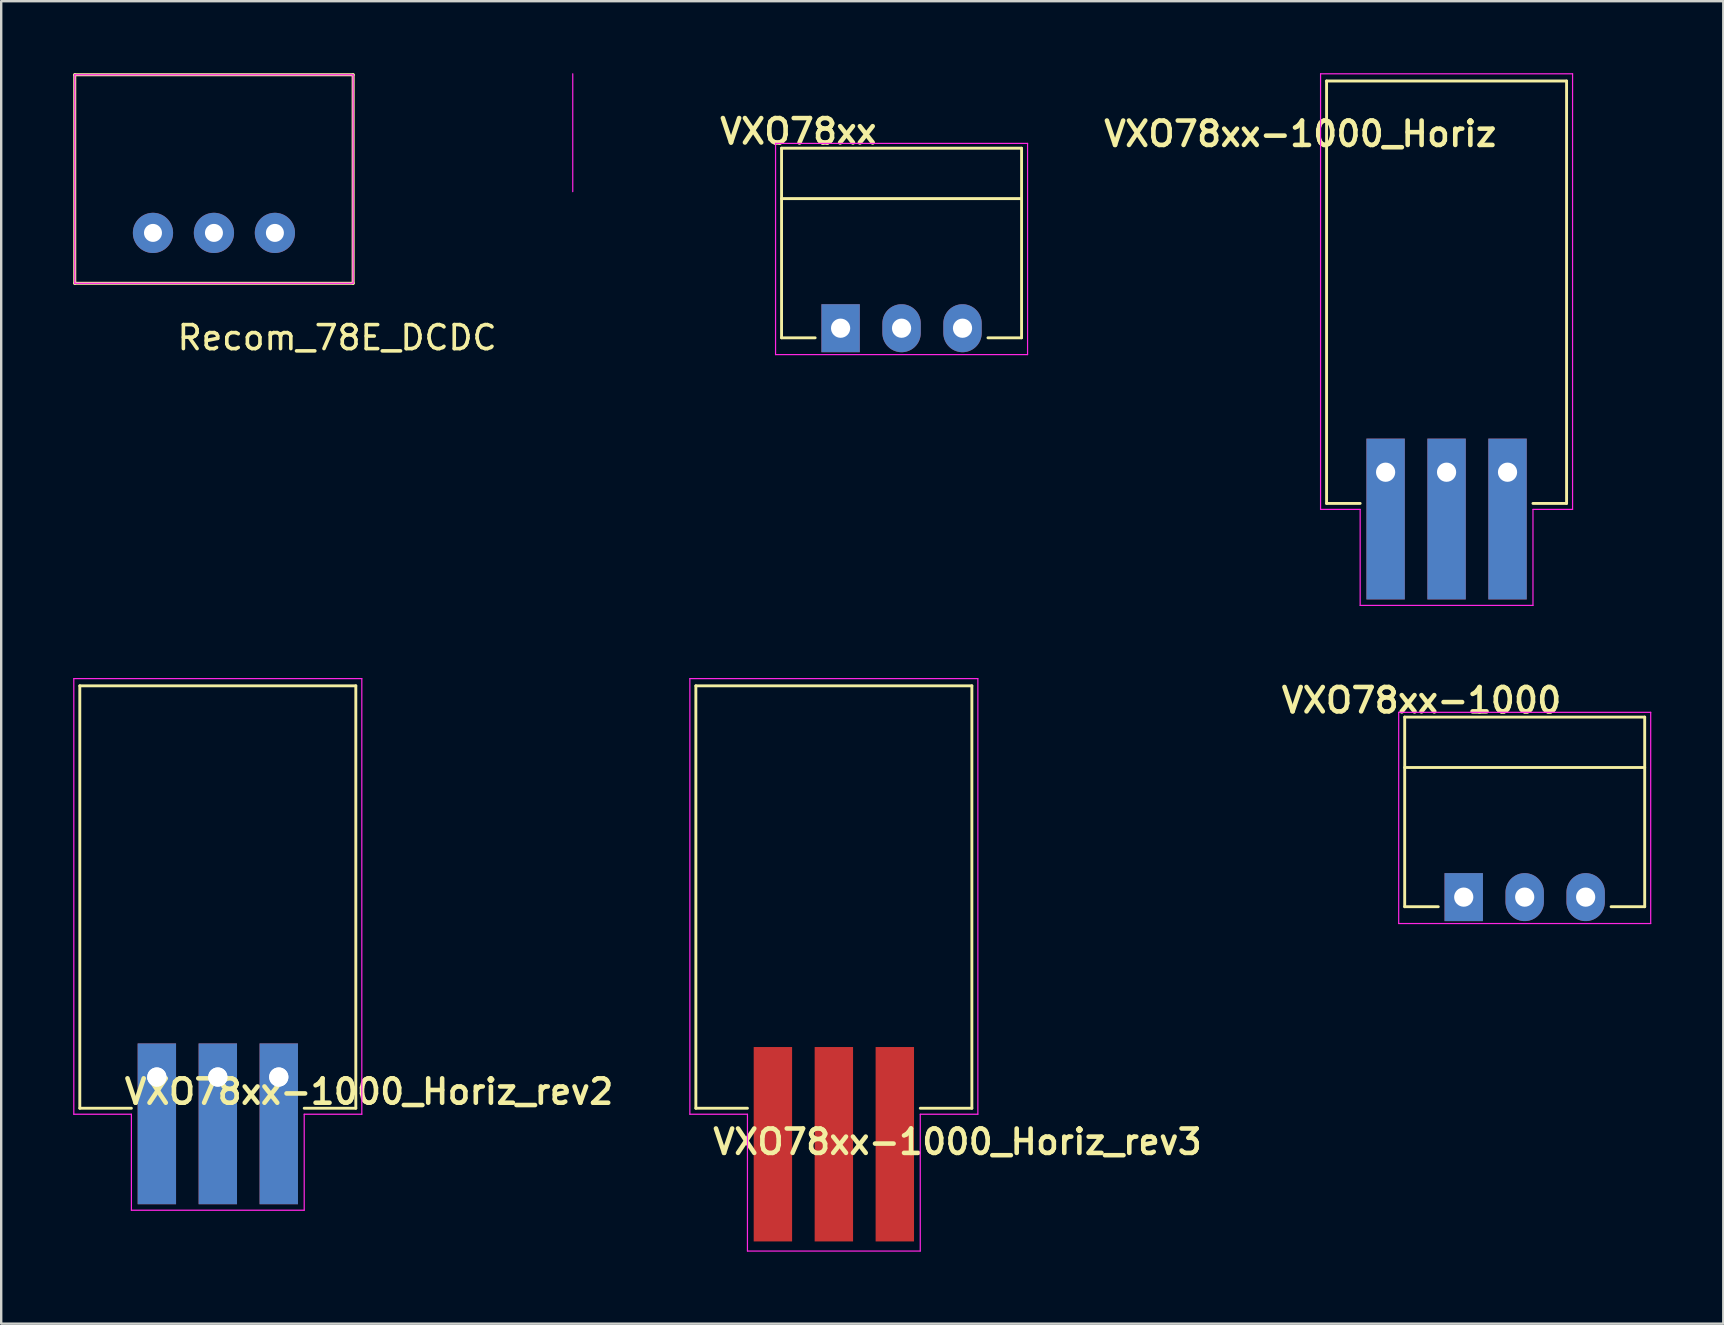
<source format=kicad_pcb>
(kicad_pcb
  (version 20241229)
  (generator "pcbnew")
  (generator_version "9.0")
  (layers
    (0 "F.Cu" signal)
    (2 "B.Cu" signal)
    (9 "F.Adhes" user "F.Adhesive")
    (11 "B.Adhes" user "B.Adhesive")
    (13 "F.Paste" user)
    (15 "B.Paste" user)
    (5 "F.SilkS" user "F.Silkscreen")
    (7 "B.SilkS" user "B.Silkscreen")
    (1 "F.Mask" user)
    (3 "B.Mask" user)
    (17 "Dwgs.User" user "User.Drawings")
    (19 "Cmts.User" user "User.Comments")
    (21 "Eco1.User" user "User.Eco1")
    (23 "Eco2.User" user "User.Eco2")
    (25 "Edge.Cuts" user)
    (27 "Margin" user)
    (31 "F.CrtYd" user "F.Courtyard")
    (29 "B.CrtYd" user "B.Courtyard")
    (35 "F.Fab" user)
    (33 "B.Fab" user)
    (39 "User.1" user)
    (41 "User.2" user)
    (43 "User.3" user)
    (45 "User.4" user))
  (footprint "VXO78xx-1000"
    (layer "F.Cu")
    (at 60.477 34.329)
    (property "Reference" "VXO78xx-1000" (at -4.3 -8.2 0) (layer "F.SilkS") (effects (font (size 1.016 1.016) (thickness 0.191))))
    (attr through_hole)
    (fp_line (start -5 -7.5) (end -5 0.4) (stroke (width 0.12) (type solid)) (layer "F.SilkS"))
    (fp_line (start -5 -7.5) (end 5 -7.5) (stroke (width 0.12) (type solid)) (layer "F.SilkS"))
    (fp_line (start -5 -5.4) (end 5 -5.4) (stroke (width 0.12) (type solid)) (layer "F.SilkS"))
    (fp_line (start -3.6 0.4) (end -5 0.4) (stroke (width 0.12) (type solid)) (layer "F.SilkS"))
    (fp_line (start 5 -7.5) (end 5 0.4) (stroke (width 0.12) (type solid)) (layer "F.SilkS"))
    (fp_line (start 5 0.4) (end 3.6 0.4) (stroke (width 0.12) (type solid)) (layer "F.SilkS"))
    (fp_line (start -5.25 1.1) (end -5.25 -7.7) (stroke (width 0.05) (type solid)) (layer "F.CrtYd"))
    (fp_line (start -5.25 1.1) (end 5.25 1.1) (stroke (width 0.05) (type solid)) (layer "F.CrtYd"))
    (fp_line (start 5.25 -7.7) (end -5.25 -7.7) (stroke (width 0.05) (type solid)) (layer "F.CrtYd"))
    (fp_line (start 5.25 1.1) (end 5.25 -7.7) (stroke (width 0.05) (type solid)) (layer "F.CrtYd"))
    (pad "1" thru_hole oval (at 2.54 0) (size 1.6 2) (drill 0.8) (layers "*.Cu" "*.Mask"))
    (pad "2" thru_hole oval (at 0 0) (size 1.6 2) (drill 0.8) (layers "*.Cu" "*.Mask"))
    (pad "3" thru_hole rect (at -2.54 0) (size 1.6 2) (drill 0.8) (layers "*.Cu" "*.Mask")))
  (footprint "VXO78xx-1000_Horiz_rev3"
    (layer "F.Cu")
    (at 31.693 41.825)
    (property "Reference" "VXO78xx-1000_Horiz_rev3" (at 5.15 2.7 0) (layer "F.SilkS") (effects (font (size 1.016 1.016) (thickness 0.191))))
    (attr through_hole)
    (fp_line (start -5.75 -16.3) (end -5.75 1.3) (stroke (width 0.12) (type solid)) (layer "F.SilkS"))
    (fp_line (start -5.75 -16.3) (end 5.75 -16.3) (stroke (width 0.12) (type solid)) (layer "F.SilkS"))
    (fp_line (start -3.6 1.3) (end -5.75 1.3) (stroke (width 0.12) (type solid)) (layer "F.SilkS"))
    (fp_line (start 5.75 -16.3) (end 5.75 1.3) (stroke (width 0.12) (type solid)) (layer "F.SilkS"))
    (fp_line (start 5.75 1.3) (end 3.6 1.3) (stroke (width 0.12) (type solid)) (layer "F.SilkS"))
    (fp_line (start -6 1.55) (end -6 -16.6) (stroke (width 0.05) (type solid)) (layer "F.CrtYd"))
    (fp_line (start -6 1.55) (end -3.6 1.55) (stroke (width 0.05) (type solid)) (layer "F.CrtYd"))
    (fp_line (start -3.6 1.55) (end -3.6 7.25) (stroke (width 0.05) (type solid)) (layer "F.CrtYd"))
    (fp_line (start -3.6 7.25) (end 3.6 7.25) (stroke (width 0.05) (type solid)) (layer "F.CrtYd"))
    (fp_line (start 3.6 1.55) (end 6 1.55) (stroke (width 0.05) (type solid)) (layer "F.CrtYd"))
    (fp_line (start 3.6 7.25) (end 3.6 1.55) (stroke (width 0.05) (type solid)) (layer "F.CrtYd"))
    (fp_line (start 6 -16.6) (end -6 -16.6) (stroke (width 0.05) (type solid)) (layer "F.CrtYd"))
    (fp_line (start 6 1.55) (end 6 -16.6) (stroke (width 0.05) (type solid)) (layer "F.CrtYd"))
    (pad "1" smd rect (at -2.54 0.85) (size 1.6 8.1) (drill (offset 0 1.95)) (layers "F.Cu" "F.Mask" "F.Paste"))
    (pad "2" smd rect (at 0 0.85) (size 1.6 8.1) (drill (offset 0 1.95)) (layers "F.Cu" "F.Mask" "F.Paste"))
    (pad "3" smd rect (at 2.54 0.85) (size 1.6 8.1) (drill (offset 0 1.95)) (layers "F.Cu" "F.Mask" "F.Paste")))
  (footprint "Recom_78E_DCDC"
    (layer "F.Cu")
    (at 5.864 6.654)
    (property "Reference" "Recom_78E_DCDC" (at -1.61 4.95 0) (layer "F.SilkS") (effects (font (size 1 1) (thickness 0.15)) (justify left bottom)))
    (attr through_hole)
    (fp_line (start -5.8 -6.59) (end -5.8 2.1) (stroke (width 0.127) (type solid)) (layer "F.SilkS"))
    (fp_line (start -5.8 2.1) (end 5.8 2.1) (stroke (width 0.127) (type solid)) (layer "F.SilkS"))
    (fp_line (start 5.8 -6.59) (end -5.8 -6.59) (stroke (width 0.127) (type solid)) (layer "F.SilkS"))
    (fp_line (start 5.8 2.1) (end 5.8 -6.59) (stroke (width 0.127) (type solid)) (layer "F.SilkS"))
    (fp_line (start -5.8 -6.59) (end -5.8 2.1) (stroke (width 0.05) (type solid)) (layer "F.CrtYd"))
    (fp_line (start -5.8 2.1) (end 5.79 2.1) (stroke (width 0.05) (type solid)) (layer "F.CrtYd"))
    (fp_line (start 5.79 -6.59) (end -5.81 -6.59) (stroke (width 0.05) (type solid)) (layer "F.CrtYd"))
    (fp_line (start 5.8 2.1) (end 5.8 -6.59) (stroke (width 0.05) (type solid)) (layer "F.CrtYd"))
    (pad "1" thru_hole circle (at -2.54 0) (size 1.676 1.676) (drill 0.75) (layers "*.Cu" "*.Mask"))
    (pad "2" thru_hole circle (at 0 0) (size 1.676 1.676) (drill 0.75) (layers "*.Cu" "*.Mask"))
    (pad "3" thru_hole circle (at 2.54 0) (size 1.676 1.676) (drill 0.75) (layers "*.Cu" "*.Mask")))
  (footprint "VXO78xx"
    (layer "F.Cu")
    (at 34.514 10.625)
    (property "Reference" "VXO78xx" (at -4.3 -8.2 0) (layer "F.SilkS") (effects (font (size 1.016 1.016) (thickness 0.191))))
    (attr through_hole)
    (fp_line (start -5 -7.5) (end -5 0.4) (stroke (width 0.12) (type solid)) (layer "F.SilkS"))
    (fp_line (start -5 -7.5) (end 5 -7.5) (stroke (width 0.12) (type solid)) (layer "F.SilkS"))
    (fp_line (start -5 -5.4) (end 5 -5.4) (stroke (width 0.12) (type solid)) (layer "F.SilkS"))
    (fp_line (start -3.6 0.4) (end -5 0.4) (stroke (width 0.12) (type solid)) (layer "F.SilkS"))
    (fp_line (start 5 -7.5) (end 5 0.4) (stroke (width 0.12) (type solid)) (layer "F.SilkS"))
    (fp_line (start 5 0.4) (end 3.6 0.4) (stroke (width 0.12) (type solid)) (layer "F.SilkS"))
    (fp_line (start -13.7 -10.6) (end -13.7 -5.69) (stroke (width 0.05) (type solid)) (layer "F.CrtYd"))
    (fp_line (start -5.25 1.1) (end -5.25 -7.7) (stroke (width 0.05) (type solid)) (layer "F.CrtYd"))
    (fp_line (start -5.25 1.1) (end 5.25 1.1) (stroke (width 0.05) (type solid)) (layer "F.CrtYd"))
    (fp_line (start 5.25 -7.7) (end -5.25 -7.7) (stroke (width 0.05) (type solid)) (layer "F.CrtYd"))
    (fp_line (start 5.25 1.1) (end 5.25 -7.7) (stroke (width 0.05) (type solid)) (layer "F.CrtYd"))
    (pad "1" thru_hole rect (at -2.54 0) (size 1.6 2) (drill 0.8) (layers "*.Cu" "*.Mask"))
    (pad "2" thru_hole oval (at 0 0) (size 1.6 2) (drill 0.8) (layers "*.Cu" "*.Mask"))
    (pad "3" thru_hole oval (at 2.54 0) (size 1.6 2) (drill 0.8) (layers "*.Cu" "*.Mask")))
  (footprint "VXO78xx-1000_Horiz"
    (layer "F.Cu")
    (at 57.222 16.625)
    (property "Reference" "VXO78xx-1000_Horiz" (at -6.096 -14.097 0) (layer "F.SilkS") (effects (font (size 1.016 1.016) (thickness 0.191))))
    (attr through_hole)
    (fp_line (start -5 -16.3) (end -5 1.3) (stroke (width 0.12) (type solid)) (layer "F.SilkS"))
    (fp_line (start -5 -16.3) (end 5 -16.3) (stroke (width 0.12) (type solid)) (layer "F.SilkS"))
    (fp_line (start -3.6 1.3) (end -5 1.3) (stroke (width 0.12) (type solid)) (layer "F.SilkS"))
    (fp_line (start 5 -16.3) (end 5 1.3) (stroke (width 0.12) (type solid)) (layer "F.SilkS"))
    (fp_line (start 5 1.3) (end 3.6 1.3) (stroke (width 0.12) (type solid)) (layer "F.SilkS"))
    (fp_line (start -5.25 1.55) (end -5.25 -16.6) (stroke (width 0.05) (type solid)) (layer "F.CrtYd"))
    (fp_line (start -5.25 1.55) (end -3.6 1.55) (stroke (width 0.05) (type solid)) (layer "F.CrtYd"))
    (fp_line (start -3.6 1.55) (end -3.6 5.55) (stroke (width 0.05) (type solid)) (layer "F.CrtYd"))
    (fp_line (start -3.6 5.55) (end 3.6 5.55) (stroke (width 0.05) (type solid)) (layer "F.CrtYd"))
    (fp_line (start 3.6 1.55) (end 5.25 1.55) (stroke (width 0.05) (type solid)) (layer "F.CrtYd"))
    (fp_line (start 3.6 5.55) (end 3.6 1.55) (stroke (width 0.05) (type solid)) (layer "F.CrtYd"))
    (fp_line (start 5.25 -16.6) (end -5.25 -16.6) (stroke (width 0.05) (type solid)) (layer "F.CrtYd"))
    (fp_line (start 5.25 1.55) (end 5.25 -16.6) (stroke (width 0.05) (type solid)) (layer "F.CrtYd"))
    (pad "1" thru_hole rect (at -2.54 0) (size 1.6 6.7) (drill 0.8 (offset 0 1.95)) (layers "*.Cu" "*.Mask"))
    (pad "2" thru_hole rect (at 0 0) (size 1.6 6.7) (drill 0.8 (offset 0 1.95)) (layers "*.Cu" "*.Mask"))
    (pad "3" thru_hole rect (at 2.54 0) (size 1.6 6.7) (drill 0.8 (offset 0 1.95)) (layers "*.Cu" "*.Mask")))
  (footprint "VXO78xx-1000_Horiz_rev2"
    (layer "F.Cu")
    (at 6.025 41.825)
    (property "Reference" "VXO78xx-1000_Horiz_rev2" (at 6.299 0.61 0) (layer "F.SilkS") (effects (font (size 1.016 1.016) (thickness 0.191))))
    (attr through_hole)
    (fp_line (start -5.75 -16.3) (end -5.75 1.3) (stroke (width 0.12) (type solid)) (layer "F.SilkS"))
    (fp_line (start -5.75 -16.3) (end 5.75 -16.3) (stroke (width 0.12) (type solid)) (layer "F.SilkS"))
    (fp_line (start -3.6 1.3) (end -5.75 1.3) (stroke (width 0.12) (type solid)) (layer "F.SilkS"))
    (fp_line (start 5.75 -16.3) (end 5.75 1.3) (stroke (width 0.12) (type solid)) (layer "F.SilkS"))
    (fp_line (start 5.75 1.3) (end 3.6 1.3) (stroke (width 0.12) (type solid)) (layer "F.SilkS"))
    (fp_line (start -6 1.55) (end -6 -16.6) (stroke (width 0.05) (type solid)) (layer "F.CrtYd"))
    (fp_line (start -6 1.55) (end -3.6 1.55) (stroke (width 0.05) (type solid)) (layer "F.CrtYd"))
    (fp_line (start -3.6 1.55) (end -3.6 5.55) (stroke (width 0.05) (type solid)) (layer "F.CrtYd"))
    (fp_line (start -3.6 5.55) (end 3.6 5.55) (stroke (width 0.05) (type solid)) (layer "F.CrtYd"))
    (fp_line (start 3.6 1.55) (end 6 1.55) (stroke (width 0.05) (type solid)) (layer "F.CrtYd"))
    (fp_line (start 3.6 5.55) (end 3.6 1.55) (stroke (width 0.05) (type solid)) (layer "F.CrtYd"))
    (fp_line (start 6 -16.6) (end -6 -16.6) (stroke (width 0.05) (type solid)) (layer "F.CrtYd"))
    (fp_line (start 6 1.55) (end 6 -16.6) (stroke (width 0.05) (type solid)) (layer "F.CrtYd"))
    (pad "1" thru_hole oval (at -2.54 0) (size 1.27 2.032) (drill 0.8) (layers "*.Cu" "B.Mask"))
    (pad "1" thru_hole rect (at -2.54 0) (size 1.6 6.7) (drill 0.8 (offset 0 1.95)) (layers "F.Cu" "F.Mask"))
    (pad "2" thru_hole oval (at 0 0) (size 1.27 2.032) (drill 0.8) (layers "*.Cu" "B.Mask"))
    (pad "2" thru_hole rect (at 0 0) (size 1.6 6.7) (drill 0.8 (offset 0 1.95)) (layers "F.Cu" "F.Mask"))
    (pad "3" thru_hole oval (at 2.54 0) (size 1.27 2.032) (drill 0.8) (layers "*.Cu" "B.Mask"))
    (pad "3" thru_hole rect (at 2.54 0) (size 1.6 6.7) (drill 0.8 (offset 0 1.95)) (layers "F.Cu" "F.Mask")))
  (gr_rect
    (start -3 -3)
    (end 68.752 52.1)
    (stroke (width 0.1) (type default))
    (fill no)
    (layer "Edge.Cuts")))
</source>
